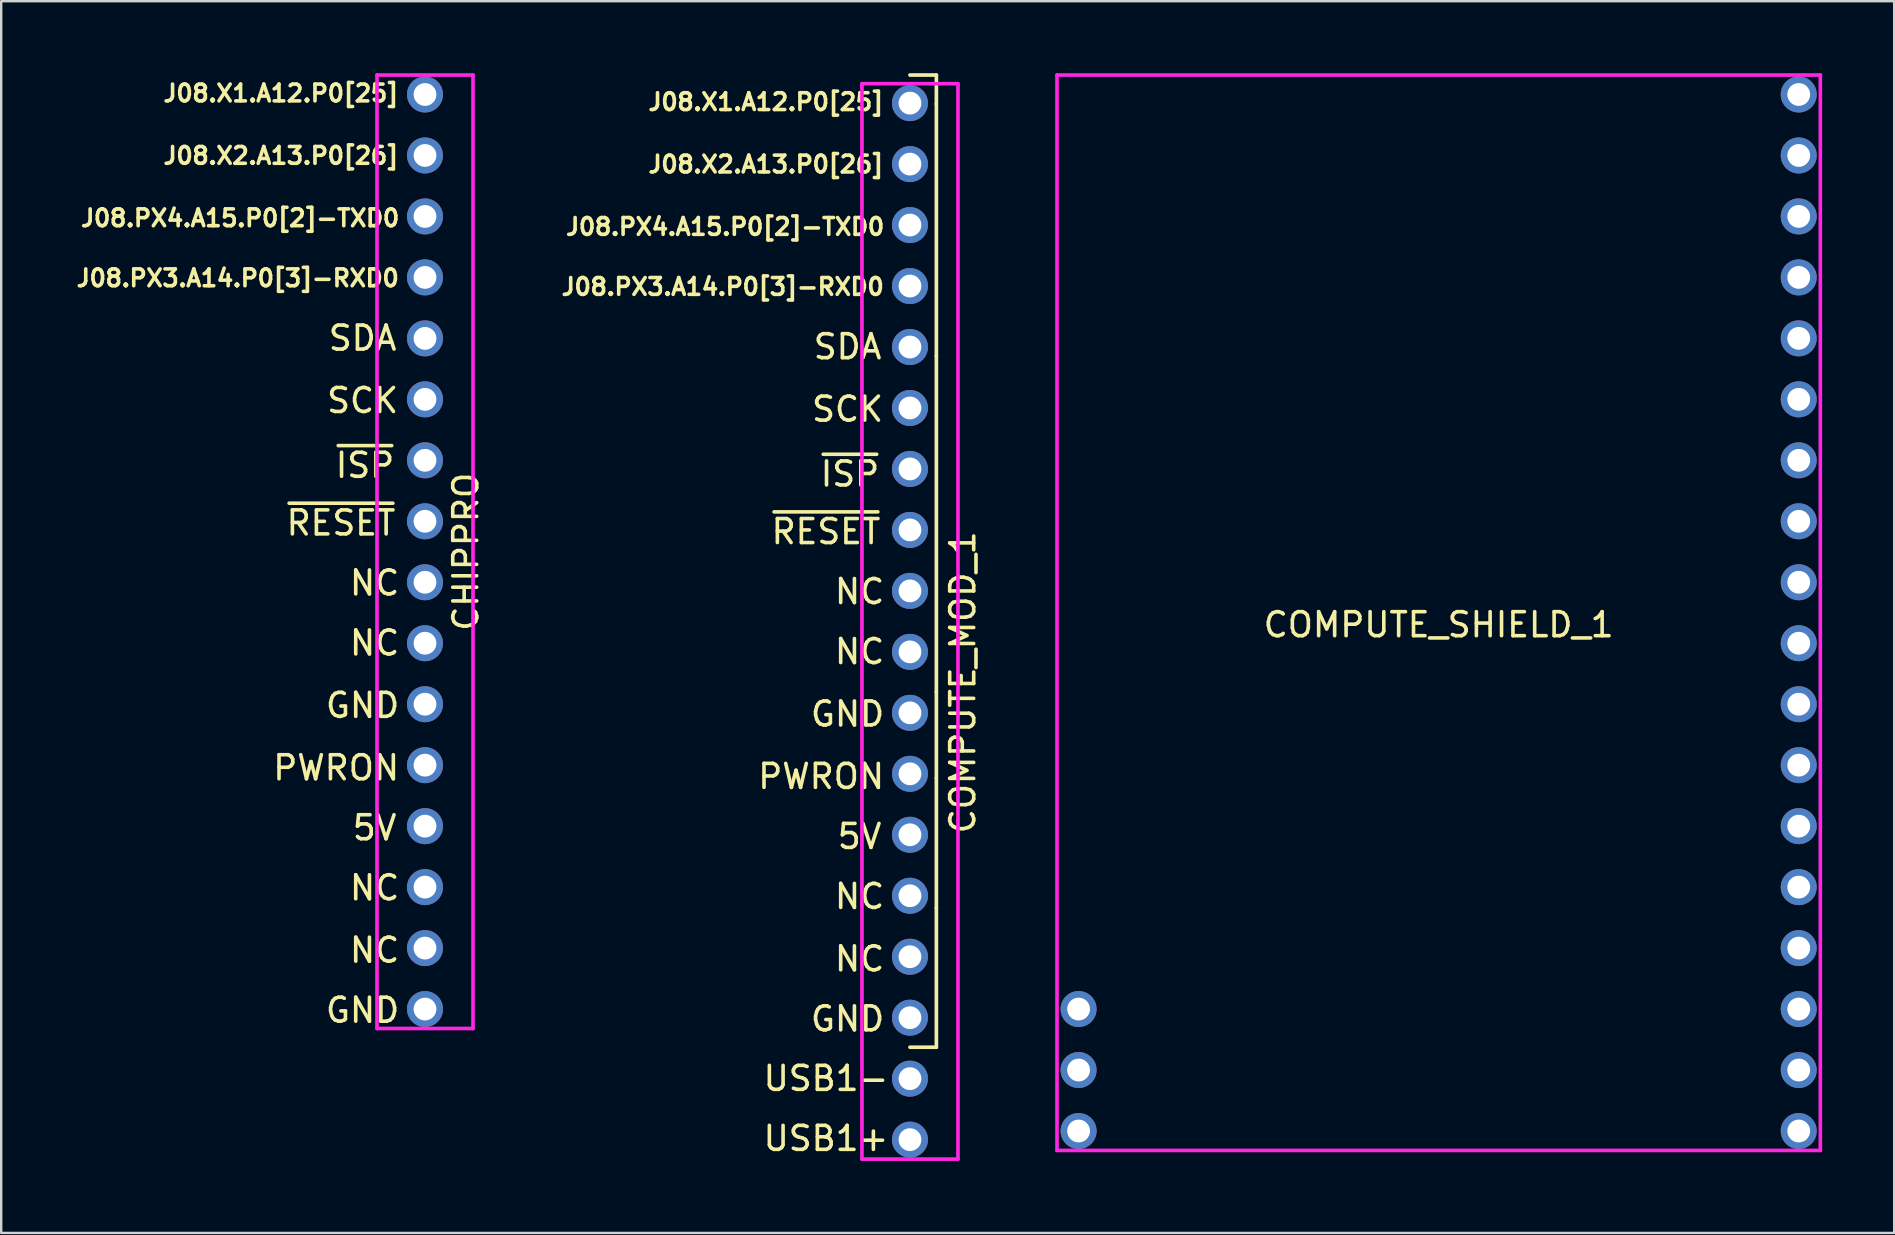
<source format=kicad_pcb>
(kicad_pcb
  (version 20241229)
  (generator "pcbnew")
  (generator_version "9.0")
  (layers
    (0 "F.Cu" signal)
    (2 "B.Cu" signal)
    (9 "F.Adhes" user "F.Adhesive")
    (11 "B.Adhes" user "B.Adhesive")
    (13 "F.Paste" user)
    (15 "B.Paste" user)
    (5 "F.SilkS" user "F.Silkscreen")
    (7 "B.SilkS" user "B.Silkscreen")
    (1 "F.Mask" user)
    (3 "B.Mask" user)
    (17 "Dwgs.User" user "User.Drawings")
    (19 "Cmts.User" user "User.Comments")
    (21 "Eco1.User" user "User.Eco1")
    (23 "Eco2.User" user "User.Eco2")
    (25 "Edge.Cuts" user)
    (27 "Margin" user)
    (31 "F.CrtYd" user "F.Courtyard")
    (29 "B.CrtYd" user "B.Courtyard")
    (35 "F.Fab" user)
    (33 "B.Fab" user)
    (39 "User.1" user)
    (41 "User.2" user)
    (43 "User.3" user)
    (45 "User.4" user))
  (footprint "COMPUTE_MOD_1"
    (layer "F.Cu")
    (at 34.858 22.836)
    (property "Reference" "COMPUTE_MOD_1" (at 2.2 2.54 90) (layer "F.SilkS") (effects (font (size 1 1) (thickness 0.15))))
    (attr through_hole)
    (fp_line (start 0 17.74) (end 1.1 17.74) (stroke (width 0.152) (type solid)) (layer "F.SilkS"))
    (fp_line (start 1.1 -22.76) (end 0 -22.76) (stroke (width 0.152) (type solid)) (layer "F.SilkS"))
    (fp_line (start 1.1 -21.56) (end 1.1 -22.76) (stroke (width 0.152) (type solid)) (layer "F.SilkS"))
    (fp_line (start 1.1 -11.06) (end 1.1 -21.56) (stroke (width 0.152) (type solid)) (layer "F.SilkS"))
    (fp_line (start 1.1 2.94) (end 1.1 -11.06) (stroke (width 0.152) (type solid)) (layer "F.SilkS"))
    (fp_line (start 1.1 6.54) (end 1.1 2.94) (stroke (width 0.152) (type solid)) (layer "F.SilkS"))
    (fp_line (start 1.1 11.94) (end 1.1 6.54) (stroke (width 0.152) (type solid)) (layer "F.SilkS"))
    (fp_line (start 1.1 17.74) (end 1.1 11.94) (stroke (width 0.152) (type solid)) (layer "F.SilkS"))
    (fp_line (start -2 -22.4) (end -2 22.4) (stroke (width 0.152) (type solid)) (layer "F.CrtYd"))
    (fp_line (start -2 22.4) (end 2 22.4) (stroke (width 0.152) (type solid)) (layer "F.CrtYd"))
    (fp_line (start 2 -22.4) (end -2 -22.4) (stroke (width 0.152) (type solid)) (layer "F.CrtYd"))
    (fp_line (start 2 22.4) (end 2 -22.4) (stroke (width 0.152) (type solid)) (layer "F.CrtYd"))
    (fp_text user "GND" (at -2.6 3.86 0) (layer "F.SilkS") (effects (font (size 1 1) (thickness 0.15))))
    (fp_text user "USB1-" (at -3.5 19.04 0) (layer "F.SilkS") (effects (font (size 1 1) (thickness 0.15))))
    (fp_text user "J08.X1.A12.P0[25]" (at -6 -21.64 0) (layer "F.SilkS") (effects (font (size 0.7 0.7) (thickness 0.15))))
    (fp_text user "J08.PX3.A14.P0[3]-RXD0" (at -7.8 -13.94 0) (layer "F.SilkS") (effects (font (size 0.7 0.7) (thickness 0.15))))
    (fp_text user "J08.PX4.A15.P0[2]-TXD0" (at -7.7 -16.44 0) (layer "F.SilkS") (effects (font (size 0.7 0.7) (thickness 0.15))))
    (fp_text user "GND" (at -2.6 16.56 0) (layer "F.SilkS") (effects (font (size 1 1) (thickness 0.15))))
    (fp_text user "NC" (at -2.1 1.26 0) (layer "F.SilkS") (effects (font (size 1 1) (thickness 0.15))))
    (fp_text user "5V" (at -2.1 8.96 0) (layer "F.SilkS") (effects (font (size 1 1) (thickness 0.15))))
    (fp_text user "~{ISP}" (at -2.5 -6.14 0) (layer "F.SilkS") (effects (font (size 1 1) (thickness 0.15))))
    (fp_text user "USB1+" (at -3.5 21.54 0) (layer "F.SilkS") (effects (font (size 1 1) (thickness 0.15))))
    (fp_text user "PWRON" (at -3.7 6.46 0) (layer "F.SilkS") (effects (font (size 1 1) (thickness 0.15))))
    (fp_text user "SCK" (at -2.6 -8.84 0) (layer "F.SilkS") (effects (font (size 1 1) (thickness 0.15))))
    (fp_text user "NC" (at -2.1 11.46 0) (layer "F.SilkS") (effects (font (size 1 1) (thickness 0.15))))
    (fp_text user "~{RESET}" (at -3.5 -3.74 0) (layer "F.SilkS") (effects (font (size 1 1) (thickness 0.15))))
    (fp_text user "NC" (at -2.1 14.06 0) (layer "F.SilkS") (effects (font (size 1 1) (thickness 0.15))))
    (fp_text user "NC" (at -2.1 -1.24 0) (layer "F.SilkS") (effects (font (size 1 1) (thickness 0.15))))
    (fp_text user "SDA" (at -2.6 -11.44 0) (layer "F.SilkS") (effects (font (size 1 1) (thickness 0.15))))
    (fp_text user "J08.X2.A13.P0[26]" (at -6 -19.04 0) (layer "F.SilkS") (effects (font (size 0.7 0.7) (thickness 0.15))))
    (pad "1" thru_hole circle (at 0 16.51) (size 1.5 1.5) (drill 0.95) (layers "*.Cu" "*.Mask"))
    (pad "2" thru_hole circle (at 0 13.97) (size 1.5 1.5) (drill 0.95) (layers "*.Cu" "*.Mask"))
    (pad "3" thru_hole circle (at 0 11.43) (size 1.5 1.5) (drill 0.95) (layers "*.Cu" "*.Mask"))
    (pad "4" thru_hole circle (at 0 8.89) (size 1.5 1.5) (drill 0.95) (layers "*.Cu" "*.Mask"))
    (pad "5" thru_hole circle (at 0 6.35) (size 1.5 1.5) (drill 0.95) (layers "*.Cu" "*.Mask"))
    (pad "6" thru_hole circle (at 0 3.81) (size 1.5 1.5) (drill 0.95) (layers "*.Cu" "*.Mask"))
    (pad "7" thru_hole circle (at 0 1.27) (size 1.5 1.5) (drill 0.95) (layers "*.Cu" "*.Mask"))
    (pad "8" thru_hole circle (at 0 -1.27) (size 1.5 1.5) (drill 0.95) (layers "*.Cu" "*.Mask"))
    (pad "9" thru_hole circle (at 0 -3.81) (size 1.5 1.5) (drill 0.95) (layers "*.Cu" "*.Mask"))
    (pad "10" thru_hole circle (at 0 -6.35) (size 1.5 1.5) (drill 0.95) (layers "*.Cu" "*.Mask"))
    (pad "11" thru_hole circle (at 0 -8.89) (size 1.5 1.5) (drill 0.95) (layers "*.Cu" "*.Mask"))
    (pad "12" thru_hole circle (at 0 -11.43) (size 1.5 1.5) (drill 0.95) (layers "*.Cu" "*.Mask"))
    (pad "13" thru_hole circle (at 0 -13.97) (size 1.5 1.5) (drill 0.95) (layers "*.Cu" "*.Mask"))
    (pad "14" thru_hole circle (at 0 -16.51) (size 1.5 1.5) (drill 0.95) (layers "*.Cu" "*.Mask"))
    (pad "15" thru_hole circle (at 0 -19.05) (size 1.5 1.5) (drill 0.95) (layers "*.Cu" "*.Mask"))
    (pad "16" thru_hole circle (at 0 -21.59) (size 1.5 1.5) (drill 0.95) (layers "*.Cu" "*.Mask"))
    (pad "17" thru_hole circle (at 0 19.05) (size 1.5 1.5) (drill 0.95) (layers "*.Cu" "*.Mask"))
    (pad "18" thru_hole circle (at 0 21.59) (size 1.5 1.5) (drill 0.95) (layers "*.Cu" "*.Mask")))
  (footprint "COMPUTE_SHIELD_1"
    (layer "F.Cu")
    (at 56.883 22.476)
    (property "Reference" "COMPUTE_SHIELD_1" (at 0 0.5 0) (layer "F.SilkS") (effects (font (size 1 1) (thickness 0.15))))
    (attr through_hole)
    (fp_line (start -15.9 -22.4) (end -15.9 22.4) (stroke (width 0.152) (type solid)) (layer "F.CrtYd"))
    (fp_line (start -15.9 22.4) (end 15.9 22.4) (stroke (width 0.152) (type solid)) (layer "F.CrtYd"))
    (fp_line (start 15.9 -22.4) (end -15.9 -22.4) (stroke (width 0.152) (type solid)) (layer "F.CrtYd"))
    (fp_line (start 15.9 22.4) (end 15.9 -22.4) (stroke (width 0.152) (type solid)) (layer "F.CrtYd"))
    (pad "1" thru_hole circle (at 15 21.59) (size 1.5 1.5) (drill 0.95) (layers "*.Cu" "*.Mask"))
    (pad "2" thru_hole circle (at 15 19.05) (size 1.5 1.5) (drill 0.95) (layers "*.Cu" "*.Mask"))
    (pad "3" thru_hole circle (at 15 16.51) (size 1.5 1.5) (drill 0.95) (layers "*.Cu" "*.Mask"))
    (pad "4" thru_hole circle (at 15 13.97) (size 1.5 1.5) (drill 0.95) (layers "*.Cu" "*.Mask"))
    (pad "5" thru_hole circle (at 15 11.43) (size 1.5 1.5) (drill 0.95) (layers "*.Cu" "*.Mask"))
    (pad "6" thru_hole circle (at 15 8.89) (size 1.5 1.5) (drill 0.95) (layers "*.Cu" "*.Mask"))
    (pad "7" thru_hole circle (at 15 6.35) (size 1.5 1.5) (drill 0.95) (layers "*.Cu" "*.Mask"))
    (pad "8" thru_hole circle (at 15 3.81) (size 1.5 1.5) (drill 0.95) (layers "*.Cu" "*.Mask"))
    (pad "9" thru_hole circle (at 15 1.27) (size 1.5 1.5) (drill 0.95) (layers "*.Cu" "*.Mask"))
    (pad "10" thru_hole circle (at 15 -1.27) (size 1.5 1.5) (drill 0.95) (layers "*.Cu" "*.Mask"))
    (pad "11" thru_hole circle (at 15 -3.81) (size 1.5 1.5) (drill 0.95) (layers "*.Cu" "*.Mask"))
    (pad "12" thru_hole circle (at 15 -6.35) (size 1.5 1.5) (drill 0.95) (layers "*.Cu" "*.Mask"))
    (pad "13" thru_hole circle (at 15 -8.89) (size 1.5 1.5) (drill 0.95) (layers "*.Cu" "*.Mask"))
    (pad "14" thru_hole circle (at 15 -11.43) (size 1.5 1.5) (drill 0.95) (layers "*.Cu" "*.Mask"))
    (pad "15" thru_hole circle (at 15 -13.97) (size 1.5 1.5) (drill 0.95) (layers "*.Cu" "*.Mask"))
    (pad "16" thru_hole circle (at 15 -16.51) (size 1.5 1.5) (drill 0.95) (layers "*.Cu" "*.Mask"))
    (pad "17" thru_hole circle (at 15 -19.05) (size 1.5 1.5) (drill 0.95) (layers "*.Cu" "*.Mask"))
    (pad "18" thru_hole circle (at 15 -21.59) (size 1.5 1.5) (drill 0.95) (layers "*.Cu" "*.Mask"))
    (pad "19" thru_hole circle (at -15 21.59) (size 1.5 1.5) (drill 0.95) (layers "*.Cu" "*.Mask"))
    (pad "20" thru_hole circle (at -15 19.05) (size 1.5 1.5) (drill 0.95) (layers "*.Cu" "*.Mask"))
    (pad "21" thru_hole circle (at -15 16.51) (size 1.5 1.5) (drill 0.95) (layers "*.Cu" "*.Mask")))
  (footprint "CHIPPRO"
    (layer "F.Cu")
    (at 14.655 19.936)
    (property "Reference" "CHIPPRO" (at 1.7 0 90) (layer "F.SilkS") (effects (font (size 1 1) (thickness 0.15))))
    (attr through_hole)
    (fp_line (start -2 -19.86) (end -2 19.86) (stroke (width 0.152) (type solid)) (layer "F.CrtYd"))
    (fp_line (start -2 19.86) (end 2 19.86) (stroke (width 0.152) (type solid)) (layer "F.CrtYd"))
    (fp_line (start 2 -19.86) (end -2 -19.86) (stroke (width 0.152) (type solid)) (layer "F.CrtYd"))
    (fp_line (start 2 19.86) (end 2 -19.86) (stroke (width 0.152) (type solid)) (layer "F.CrtYd"))
    (fp_text user "~{ISP}" (at -2.5 -3.6 0) (layer "F.SilkS") (effects (font (size 1 1) (thickness 0.15))))
    (fp_text user "SDA" (at -2.6 -8.9 0) (layer "F.SilkS") (effects (font (size 1 1) (thickness 0.15))))
    (fp_text user "J08.PX3.A14.P0[3]-RXD0" (at -7.8 -11.4 0) (layer "F.SilkS") (effects (font (size 0.7 0.7) (thickness 0.15))))
    (fp_text user "NC" (at -2.1 14 0) (layer "F.SilkS") (effects (font (size 1 1) (thickness 0.15))))
    (fp_text user "J08.X1.A12.P0[25]" (at -6 -19.1 0) (layer "F.SilkS") (effects (font (size 0.7 0.7) (thickness 0.15))))
    (fp_text user "J08.X2.A13.P0[26]" (at -6 -16.5 0) (layer "F.SilkS") (effects (font (size 0.7 0.7) (thickness 0.15))))
    (fp_text user "J08.PX4.A15.P0[2]-TXD0" (at -7.7 -13.9 0) (layer "F.SilkS") (effects (font (size 0.7 0.7) (thickness 0.15))))
    (fp_text user "NC" (at -2.1 1.3 0) (layer "F.SilkS") (effects (font (size 1 1) (thickness 0.15))))
    (fp_text user "5V" (at -2.1 11.5 0) (layer "F.SilkS") (effects (font (size 1 1) (thickness 0.15))))
    (fp_text user "SCK" (at -2.6 -6.3 0) (layer "F.SilkS") (effects (font (size 1 1) (thickness 0.15))))
    (fp_text user "GND" (at -2.6 6.4 0) (layer "F.SilkS") (effects (font (size 1 1) (thickness 0.15))))
    (fp_text user "GND" (at -2.6 19.1 0) (layer "F.SilkS") (effects (font (size 1 1) (thickness 0.15))))
    (fp_text user "~{RESET}" (at -3.5 -1.2 0) (layer "F.SilkS") (effects (font (size 1 1) (thickness 0.15))))
    (fp_text user "NC" (at -2.1 16.6 0) (layer "F.SilkS") (effects (font (size 1 1) (thickness 0.15))))
    (fp_text user "PWRON" (at -3.7 9 0) (layer "F.SilkS") (effects (font (size 1 1) (thickness 0.15))))
    (fp_text user "NC" (at -2.1 3.8 0) (layer "F.SilkS") (effects (font (size 1 1) (thickness 0.15))))
    (pad "1" thru_hole circle (at 0 19.05) (size 1.5 1.5) (drill 0.95) (layers "*.Cu" "*.Mask"))
    (pad "2" thru_hole circle (at 0 16.51) (size 1.5 1.5) (drill 0.95) (layers "*.Cu" "*.Mask"))
    (pad "3" thru_hole circle (at 0 13.97) (size 1.5 1.5) (drill 0.95) (layers "*.Cu" "*.Mask"))
    (pad "4" thru_hole circle (at 0 11.43) (size 1.5 1.5) (drill 0.95) (layers "*.Cu" "*.Mask"))
    (pad "5" thru_hole circle (at 0 8.89) (size 1.5 1.5) (drill 0.95) (layers "*.Cu" "*.Mask"))
    (pad "6" thru_hole circle (at 0 6.35) (size 1.5 1.5) (drill 0.95) (layers "*.Cu" "*.Mask"))
    (pad "7" thru_hole circle (at 0 3.81) (size 1.5 1.5) (drill 0.95) (layers "*.Cu" "*.Mask"))
    (pad "8" thru_hole circle (at 0 1.27) (size 1.5 1.5) (drill 0.95) (layers "*.Cu" "*.Mask"))
    (pad "9" thru_hole circle (at 0 -1.27) (size 1.5 1.5) (drill 0.95) (layers "*.Cu" "*.Mask"))
    (pad "10" thru_hole circle (at 0 -3.81) (size 1.5 1.5) (drill 0.95) (layers "*.Cu" "*.Mask"))
    (pad "11" thru_hole circle (at 0 -6.35) (size 1.5 1.5) (drill 0.95) (layers "*.Cu" "*.Mask"))
    (pad "12" thru_hole circle (at 0 -8.89) (size 1.5 1.5) (drill 0.95) (layers "*.Cu" "*.Mask"))
    (pad "13" thru_hole circle (at 0 -11.43) (size 1.5 1.5) (drill 0.95) (layers "*.Cu" "*.Mask"))
    (pad "14" thru_hole circle (at 0 -13.97) (size 1.5 1.5) (drill 0.95) (layers "*.Cu" "*.Mask"))
    (pad "15" thru_hole circle (at 0 -16.51) (size 1.5 1.5) (drill 0.95) (layers "*.Cu" "*.Mask"))
    (pad "16" thru_hole circle (at 0 -19.05) (size 1.5 1.5) (drill 0.95) (layers "*.Cu" "*.Mask")))
  (gr_rect
    (start -3 -3)
    (end 75.859 48.312)
    (stroke (width 0.1) (type default))
    (fill no)
    (layer "Edge.Cuts")))
</source>
